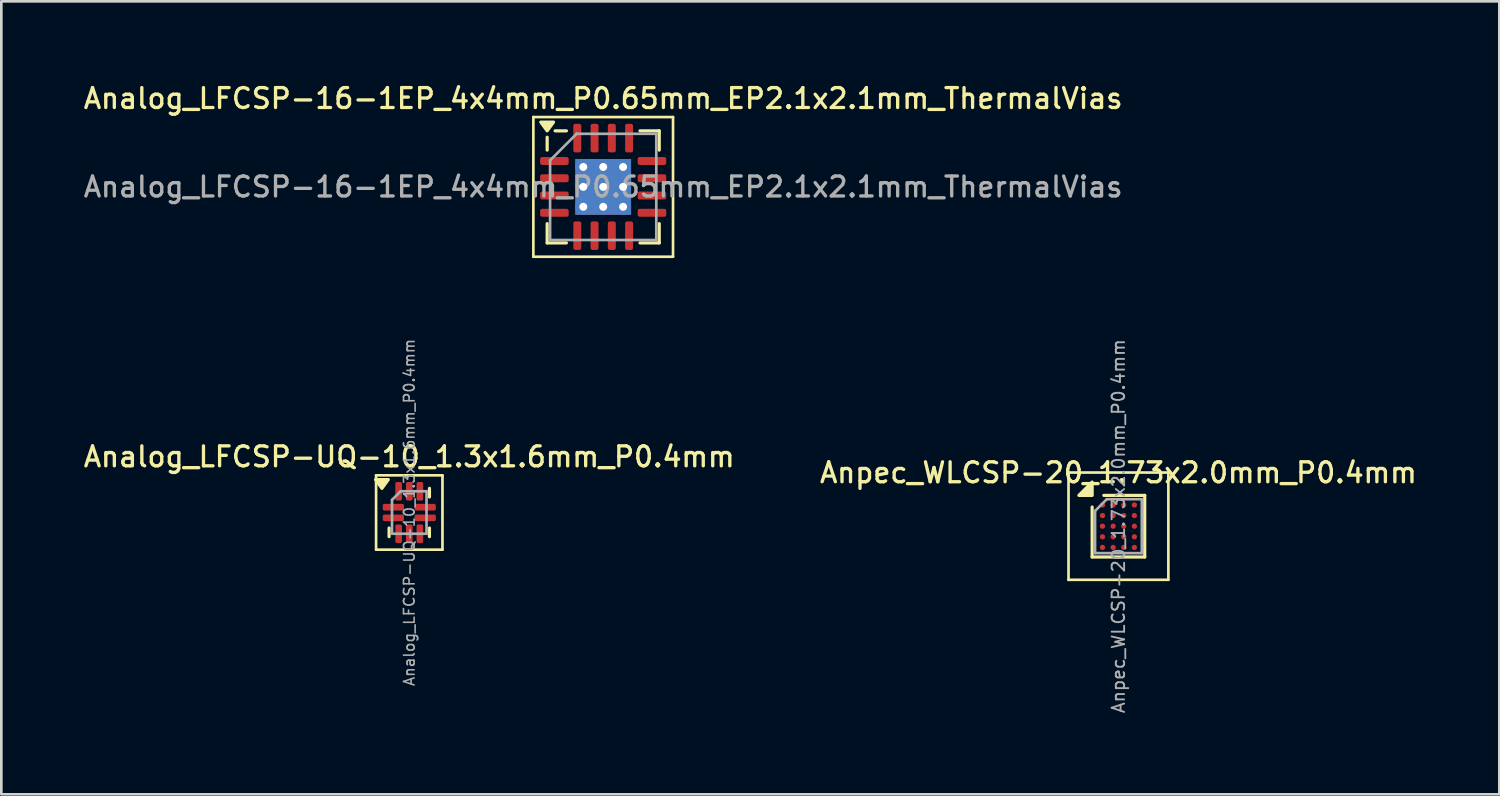
<source format=kicad_pcb>
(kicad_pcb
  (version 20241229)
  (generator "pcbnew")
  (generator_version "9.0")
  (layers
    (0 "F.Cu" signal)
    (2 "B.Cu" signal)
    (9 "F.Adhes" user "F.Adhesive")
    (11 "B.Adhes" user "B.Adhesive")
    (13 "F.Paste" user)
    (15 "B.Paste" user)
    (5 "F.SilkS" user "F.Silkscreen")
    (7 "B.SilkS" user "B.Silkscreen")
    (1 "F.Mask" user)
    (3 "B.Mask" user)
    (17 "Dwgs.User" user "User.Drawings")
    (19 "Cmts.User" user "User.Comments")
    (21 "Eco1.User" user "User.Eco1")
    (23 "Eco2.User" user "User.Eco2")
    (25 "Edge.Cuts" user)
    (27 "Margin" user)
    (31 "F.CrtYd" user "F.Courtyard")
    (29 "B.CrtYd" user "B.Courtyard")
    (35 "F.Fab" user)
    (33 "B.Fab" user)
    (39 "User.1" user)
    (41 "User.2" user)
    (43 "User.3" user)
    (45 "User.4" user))
  (footprint "Anpec_WLCSP-20_1.73x2.0mm_P0.4mm"
    (layer "F.Cu")
    (at 39.07 16.766)
    (property "Reference" "Anpec_WLCSP-20_1.73x2.0mm_P0.4mm" (at 0 -2.015 0) (layer "F.SilkS") (effects (font (size 0.75 0.75) (thickness 0.125))))
    (attr smd)
    (fp_line (start -1.88 -2.02) (end -1.88 2.02) (stroke (width 0.1) (type solid)) (layer "F.SilkS"))
    (fp_line (start -1.88 2.02) (end 1.88 2.02) (stroke (width 0.1) (type solid)) (layer "F.SilkS"))
    (fp_line (start -0.99 1.16) (end -0.99 -0.72) (stroke (width 0.12) (type solid)) (layer "F.SilkS"))
    (fp_line (start -0.55 -1.16) (end 0.99 -1.16) (stroke (width 0.12) (type solid)) (layer "F.SilkS"))
    (fp_line (start 0.99 -1.16) (end 0.99 1.16) (stroke (width 0.12) (type solid)) (layer "F.SilkS"))
    (fp_line (start 0.99 1.16) (end -0.99 1.16) (stroke (width 0.12) (type solid)) (layer "F.SilkS"))
    (fp_line (start 1.88 -2.02) (end -1.88 -2.02) (stroke (width 0.1) (type solid)) (layer "F.SilkS"))
    (fp_line (start 1.88 2.02) (end 1.88 -2.02) (stroke (width 0.1) (type solid)) (layer "F.SilkS"))
    (fp_poly (pts (xy -0.99 -1.16) (xy -1.49 -1.16) (xy -0.99 -1.66) (xy -0.99 -1.16)) (stroke (width 0.12) (type solid)) (fill yes) (layer "F.SilkS"))
    (fp_line (start -0.88 -0.575) (end -0.44 -1.015) (stroke (width 0.1) (type solid)) (layer "F.Fab"))
    (fp_line (start -0.88 1.015) (end -0.88 -0.575) (stroke (width 0.1) (type solid)) (layer "F.Fab"))
    (fp_line (start -0.44 -1.015) (end 0.88 -1.015) (stroke (width 0.1) (type solid)) (layer "F.Fab"))
    (fp_line (start 0.88 -1.015) (end 0.88 1.015) (stroke (width 0.1) (type solid)) (layer "F.Fab"))
    (fp_line (start 0.88 1.015) (end -0.88 1.015) (stroke (width 0.1) (type solid)) (layer "F.Fab"))
    (fp_text user "${REFERENCE}" (at 0 0 270) (layer "F.Fab") (effects (font (size 0.47 0.47) (thickness 0.07))))
    (pad "A1" smd circle (at -0.6 -0.8) (size 0.2 0.2) (property pad_prop_bga) (layers "F.Cu" "F.Mask" "F.Paste"))
    (pad "A2" smd circle (at -0.2 -0.8) (size 0.2 0.2) (property pad_prop_bga) (layers "F.Cu" "F.Mask" "F.Paste"))
    (pad "A3" smd circle (at 0.2 -0.8) (size 0.2 0.2) (property pad_prop_bga) (layers "F.Cu" "F.Mask" "F.Paste"))
    (pad "A4" smd circle (at 0.6 -0.8) (size 0.2 0.2) (property pad_prop_bga) (layers "F.Cu" "F.Mask" "F.Paste"))
    (pad "B1" smd circle (at -0.6 -0.4) (size 0.2 0.2) (property pad_prop_bga) (layers "F.Cu" "F.Mask" "F.Paste"))
    (pad "B2" smd circle (at -0.2 -0.4) (size 0.2 0.2) (property pad_prop_bga) (layers "F.Cu" "F.Mask" "F.Paste"))
    (pad "B3" smd circle (at 0.2 -0.4) (size 0.2 0.2) (property pad_prop_bga) (layers "F.Cu" "F.Mask" "F.Paste"))
    (pad "B4" smd circle (at 0.6 -0.4) (size 0.2 0.2) (property pad_prop_bga) (layers "F.Cu" "F.Mask" "F.Paste"))
    (pad "C1" smd circle (at -0.6 0) (size 0.2 0.2) (property pad_prop_bga) (layers "F.Cu" "F.Mask" "F.Paste"))
    (pad "C2" smd circle (at -0.2 0) (size 0.2 0.2) (property pad_prop_bga) (layers "F.Cu" "F.Mask" "F.Paste"))
    (pad "C3" smd circle (at 0.2 0) (size 0.2 0.2) (property pad_prop_bga) (layers "F.Cu" "F.Mask" "F.Paste"))
    (pad "C4" smd circle (at 0.6 0) (size 0.2 0.2) (property pad_prop_bga) (layers "F.Cu" "F.Mask" "F.Paste"))
    (pad "D1" smd circle (at -0.6 0.4) (size 0.2 0.2) (property pad_prop_bga) (layers "F.Cu" "F.Mask" "F.Paste"))
    (pad "D2" smd circle (at -0.2 0.4) (size 0.2 0.2) (property pad_prop_bga) (layers "F.Cu" "F.Mask" "F.Paste"))
    (pad "D3" smd circle (at 0.2 0.4) (size 0.2 0.2) (property pad_prop_bga) (layers "F.Cu" "F.Mask" "F.Paste"))
    (pad "D4" smd circle (at 0.6 0.4) (size 0.2 0.2) (property pad_prop_bga) (layers "F.Cu" "F.Mask" "F.Paste"))
    (pad "E1" smd circle (at -0.6 0.8) (size 0.2 0.2) (property pad_prop_bga) (layers "F.Cu" "F.Mask" "F.Paste"))
    (pad "E2" smd circle (at -0.2 0.8) (size 0.2 0.2) (property pad_prop_bga) (layers "F.Cu" "F.Mask" "F.Paste"))
    (pad "E3" smd circle (at 0.2 0.8) (size 0.2 0.2) (property pad_prop_bga) (layers "F.Cu" "F.Mask" "F.Paste"))
    (pad "E4" smd circle (at 0.6 0.8) (size 0.2 0.2) (property pad_prop_bga) (layers "F.Cu" "F.Mask" "F.Paste")))
  (footprint "Analog_LFCSP-UQ-10_1.3x1.6mm_P0.4mm"
    (layer "F.Cu")
    (at 12.363 16.251)
    (property "Reference" "Analog_LFCSP-UQ-10_1.3x1.6mm_P0.4mm" (at 0 -2.1 0) (layer "F.SilkS") (effects (font (size 0.75 0.75) (thickness 0.125))))
    (attr smd)
    (fp_line (start -1.25 -1.4) (end -1.25 1.4) (stroke (width 0.1) (type solid)) (layer "F.SilkS"))
    (fp_line (start -1.25 1.4) (end 1.25 1.4) (stroke (width 0.1) (type solid)) (layer "F.SilkS"))
    (fp_line (start -0.76 0.91) (end -0.76 0.585) (stroke (width 0.12) (type solid)) (layer "F.SilkS"))
    (fp_line (start 0.76 -0.91) (end 0.76 -0.585) (stroke (width 0.12) (type solid)) (layer "F.SilkS"))
    (fp_line (start 0.76 0.91) (end 0.76 0.585) (stroke (width 0.12) (type solid)) (layer "F.SilkS"))
    (fp_line (start 1.25 -1.4) (end -1.25 -1.4) (stroke (width 0.1) (type solid)) (layer "F.SilkS"))
    (fp_line (start 1.25 1.4) (end 1.25 -1.4) (stroke (width 0.1) (type solid)) (layer "F.SilkS"))
    (fp_poly (pts (xy -1.03 -0.91) (xy -1.27 -1.24) (xy -0.79 -1.24) (xy -1.03 -0.91)) (stroke (width 0.12) (type solid)) (fill yes) (layer "F.SilkS"))
    (fp_line (start -0.65 -0.475) (end -0.325 -0.8) (stroke (width 0.1) (type solid)) (layer "F.Fab"))
    (fp_line (start -0.65 0.8) (end -0.65 -0.475) (stroke (width 0.1) (type solid)) (layer "F.Fab"))
    (fp_line (start -0.325 -0.8) (end 0.65 -0.8) (stroke (width 0.1) (type solid)) (layer "F.Fab"))
    (fp_line (start 0.65 -0.8) (end 0.65 0.8) (stroke (width 0.1) (type solid)) (layer "F.Fab"))
    (fp_line (start 0.65 0.8) (end -0.65 0.8) (stroke (width 0.1) (type solid)) (layer "F.Fab"))
    (fp_text user "${REFERENCE}" (at 0 0 90) (layer "F.Fab") (effects (font (size 0.4 0.4) (thickness 0.06))))
    (pad "1" smd roundrect (at -0.4 -0.8) (size 0.25 0.7) (layers "F.Cu" "F.Mask" "F.Paste") (roundrect_rratio 0.25))
    (pad "2" smd roundrect (at -0.6 -0.2) (size 0.8 0.25) (layers "F.Cu" "F.Mask" "F.Paste") (roundrect_rratio 0.25))
    (pad "3" smd roundrect (at -0.6 0.2) (size 0.8 0.25) (layers "F.Cu" "F.Mask" "F.Paste") (roundrect_rratio 0.25))
    (pad "4" smd roundrect (at -0.4 0.8) (size 0.25 0.7) (layers "F.Cu" "F.Mask" "F.Paste") (roundrect_rratio 0.25))
    (pad "5" smd roundrect (at 0 0.8) (size 0.25 0.7) (layers "F.Cu" "F.Mask" "F.Paste") (roundrect_rratio 0.25))
    (pad "6" smd roundrect (at 0.4 0.8) (size 0.25 0.7) (layers "F.Cu" "F.Mask" "F.Paste") (roundrect_rratio 0.25))
    (pad "7" smd roundrect (at 0.6 0.2) (size 0.8 0.25) (layers "F.Cu" "F.Mask" "F.Paste") (roundrect_rratio 0.25))
    (pad "8" smd roundrect (at 0.6 -0.2) (size 0.8 0.25) (layers "F.Cu" "F.Mask" "F.Paste") (roundrect_rratio 0.25))
    (pad "9" smd roundrect (at 0.4 -0.8) (size 0.25 0.7) (layers "F.Cu" "F.Mask" "F.Paste") (roundrect_rratio 0.25))
    (pad "10" smd roundrect (at 0 -0.8) (size 0.25 0.7) (layers "F.Cu" "F.Mask" "F.Paste") (roundrect_rratio 0.25)))
  (footprint "Analog_LFCSP-16-1EP_4x4mm_P0.65mm_EP2.1x2.1mm_ThermalVias"
    (layer "F.Cu")
    (at 19.666 3.988)
    (property "Reference" "Analog_LFCSP-16-1EP_4x4mm_P0.65mm_EP2.1x2.1mm_ThermalVias" (at 0 -3.33 0) (layer "F.SilkS") (effects (font (size 0.75 0.75) (thickness 0.125))))
    (attr smd)
    (fp_line (start -2.63 -2.63) (end -2.63 2.63) (stroke (width 0.1) (type solid)) (layer "F.SilkS"))
    (fp_line (start -2.63 2.63) (end 2.63 2.63) (stroke (width 0.1) (type solid)) (layer "F.SilkS"))
    (fp_line (start -2.11 -1.385) (end -2.11 -1.87) (stroke (width 0.12) (type solid)) (layer "F.SilkS"))
    (fp_line (start -2.11 2.11) (end -2.11 1.385) (stroke (width 0.12) (type solid)) (layer "F.SilkS"))
    (fp_line (start -1.385 -2.11) (end -1.81 -2.11) (stroke (width 0.12) (type solid)) (layer "F.SilkS"))
    (fp_line (start -1.385 2.11) (end -2.11 2.11) (stroke (width 0.12) (type solid)) (layer "F.SilkS"))
    (fp_line (start 1.385 -2.11) (end 2.11 -2.11) (stroke (width 0.12) (type solid)) (layer "F.SilkS"))
    (fp_line (start 1.385 2.11) (end 2.11 2.11) (stroke (width 0.12) (type solid)) (layer "F.SilkS"))
    (fp_line (start 2.11 -2.11) (end 2.11 -1.385) (stroke (width 0.12) (type solid)) (layer "F.SilkS"))
    (fp_line (start 2.11 2.11) (end 2.11 1.385) (stroke (width 0.12) (type solid)) (layer "F.SilkS"))
    (fp_line (start 2.63 -2.63) (end -2.63 -2.63) (stroke (width 0.1) (type solid)) (layer "F.SilkS"))
    (fp_line (start 2.63 2.63) (end 2.63 -2.63) (stroke (width 0.1) (type solid)) (layer "F.SilkS"))
    (fp_poly (pts (xy -2.11 -2.11) (xy -2.35 -2.44) (xy -1.87 -2.44) (xy -2.11 -2.11)) (stroke (width 0.12) (type solid)) (fill yes) (layer "F.SilkS"))
    (fp_line (start -2 -1) (end -1 -2) (stroke (width 0.1) (type solid)) (layer "F.Fab"))
    (fp_line (start -2 2) (end -2 -1) (stroke (width 0.1) (type solid)) (layer "F.Fab"))
    (fp_line (start -1 -2) (end 2 -2) (stroke (width 0.1) (type solid)) (layer "F.Fab"))
    (fp_line (start 2 -2) (end 2 2) (stroke (width 0.1) (type solid)) (layer "F.Fab"))
    (fp_line (start 2 2) (end -2 2) (stroke (width 0.1) (type solid)) (layer "F.Fab"))
    (fp_text user "${REFERENCE}" (at 0 0 0) (layer "F.Fab") (effects (font (size 0.75 0.75) (thickness 0.125))))
    (pad "" smd roundrect (at -0.525 -0.525) (size 0.91 0.91) (layers "F.Paste") (roundrect_rratio 0.25))
    (pad "" smd roundrect (at -0.525 0.525) (size 0.91 0.91) (layers "F.Paste") (roundrect_rratio 0.25))
    (pad "" smd roundrect (at 0.525 -0.525) (size 0.91 0.91) (layers "F.Paste") (roundrect_rratio 0.25))
    (pad "" smd roundrect (at 0.525 0.525) (size 0.91 0.91) (layers "F.Paste") (roundrect_rratio 0.25))
    (pad "1" smd roundrect (at -1.837 -0.975) (size 1.075 0.3) (layers "F.Cu" "F.Mask" "F.Paste") (roundrect_rratio 0.25))
    (pad "2" smd roundrect (at -1.837 -0.325) (size 1.075 0.3) (layers "F.Cu" "F.Mask" "F.Paste") (roundrect_rratio 0.25))
    (pad "3" smd roundrect (at -1.837 0.325) (size 1.075 0.3) (layers "F.Cu" "F.Mask" "F.Paste") (roundrect_rratio 0.25))
    (pad "4" smd roundrect (at -1.837 0.975) (size 1.075 0.3) (layers "F.Cu" "F.Mask" "F.Paste") (roundrect_rratio 0.25))
    (pad "5" smd roundrect (at -0.975 1.837) (size 0.3 1.075) (layers "F.Cu" "F.Mask" "F.Paste") (roundrect_rratio 0.25))
    (pad "6" smd roundrect (at -0.325 1.837) (size 0.3 1.075) (layers "F.Cu" "F.Mask" "F.Paste") (roundrect_rratio 0.25))
    (pad "7" smd roundrect (at 0.325 1.837) (size 0.3 1.075) (layers "F.Cu" "F.Mask" "F.Paste") (roundrect_rratio 0.25))
    (pad "8" smd roundrect (at 0.975 1.837) (size 0.3 1.075) (layers "F.Cu" "F.Mask" "F.Paste") (roundrect_rratio 0.25))
    (pad "9" smd roundrect (at 1.837 0.975) (size 1.075 0.3) (layers "F.Cu" "F.Mask" "F.Paste") (roundrect_rratio 0.25))
    (pad "10" smd roundrect (at 1.837 0.325) (size 1.075 0.3) (layers "F.Cu" "F.Mask" "F.Paste") (roundrect_rratio 0.25))
    (pad "11" smd roundrect (at 1.837 -0.325) (size 1.075 0.3) (layers "F.Cu" "F.Mask" "F.Paste") (roundrect_rratio 0.25))
    (pad "12" smd roundrect (at 1.837 -0.975) (size 1.075 0.3) (layers "F.Cu" "F.Mask" "F.Paste") (roundrect_rratio 0.25))
    (pad "13" smd roundrect (at 0.975 -1.837) (size 0.3 1.075) (layers "F.Cu" "F.Mask" "F.Paste") (roundrect_rratio 0.25))
    (pad "14" smd roundrect (at 0.325 -1.837) (size 0.3 1.075) (layers "F.Cu" "F.Mask" "F.Paste") (roundrect_rratio 0.25))
    (pad "15" smd roundrect (at -0.325 -1.837) (size 0.3 1.075) (layers "F.Cu" "F.Mask" "F.Paste") (roundrect_rratio 0.25))
    (pad "16" smd roundrect (at -0.975 -1.837) (size 0.3 1.075) (layers "F.Cu" "F.Mask" "F.Paste") (roundrect_rratio 0.25))
    (pad "17" thru_hole circle (at -0.75 -0.75) (size 0.6 0.6) (drill 0.3) (property pad_prop_heatsink) (layers "*.Cu"))
    (pad "17" thru_hole circle (at -0.75 0) (size 0.6 0.6) (drill 0.3) (property pad_prop_heatsink) (layers "*.Cu"))
    (pad "17" thru_hole circle (at -0.75 0.75) (size 0.6 0.6) (drill 0.3) (property pad_prop_heatsink) (layers "*.Cu"))
    (pad "17" thru_hole circle (at 0 -0.75) (size 0.6 0.6) (drill 0.3) (property pad_prop_heatsink) (layers "*.Cu"))
    (pad "17" thru_hole circle (at 0 0) (size 0.6 0.6) (drill 0.3) (property pad_prop_heatsink) (layers "*.Cu"))
    (pad "17" smd rect (at 0 0) (size 2.1 2.1) (property pad_prop_heatsink) (layers "F.Cu" "F.Mask"))
    (pad "17" smd rect (at 0 0) (size 2.1 2.1) (property pad_prop_heatsink) (layers "B.Cu"))
    (pad "17" thru_hole circle (at 0 0.75) (size 0.6 0.6) (drill 0.3) (property pad_prop_heatsink) (layers "*.Cu"))
    (pad "17" thru_hole circle (at 0.75 -0.75) (size 0.6 0.6) (drill 0.3) (property pad_prop_heatsink) (layers "*.Cu"))
    (pad "17" thru_hole circle (at 0.75 0) (size 0.6 0.6) (drill 0.3) (property pad_prop_heatsink) (layers "*.Cu"))
    (pad "17" thru_hole circle (at 0.75 0.75) (size 0.6 0.6) (drill 0.3) (property pad_prop_heatsink) (layers "*.Cu")))
  (gr_rect
    (start -3 -3)
    (end 53.414 26.863)
    (stroke (width 0.1) (type default))
    (fill no)
    (layer "Edge.Cuts")))
</source>
